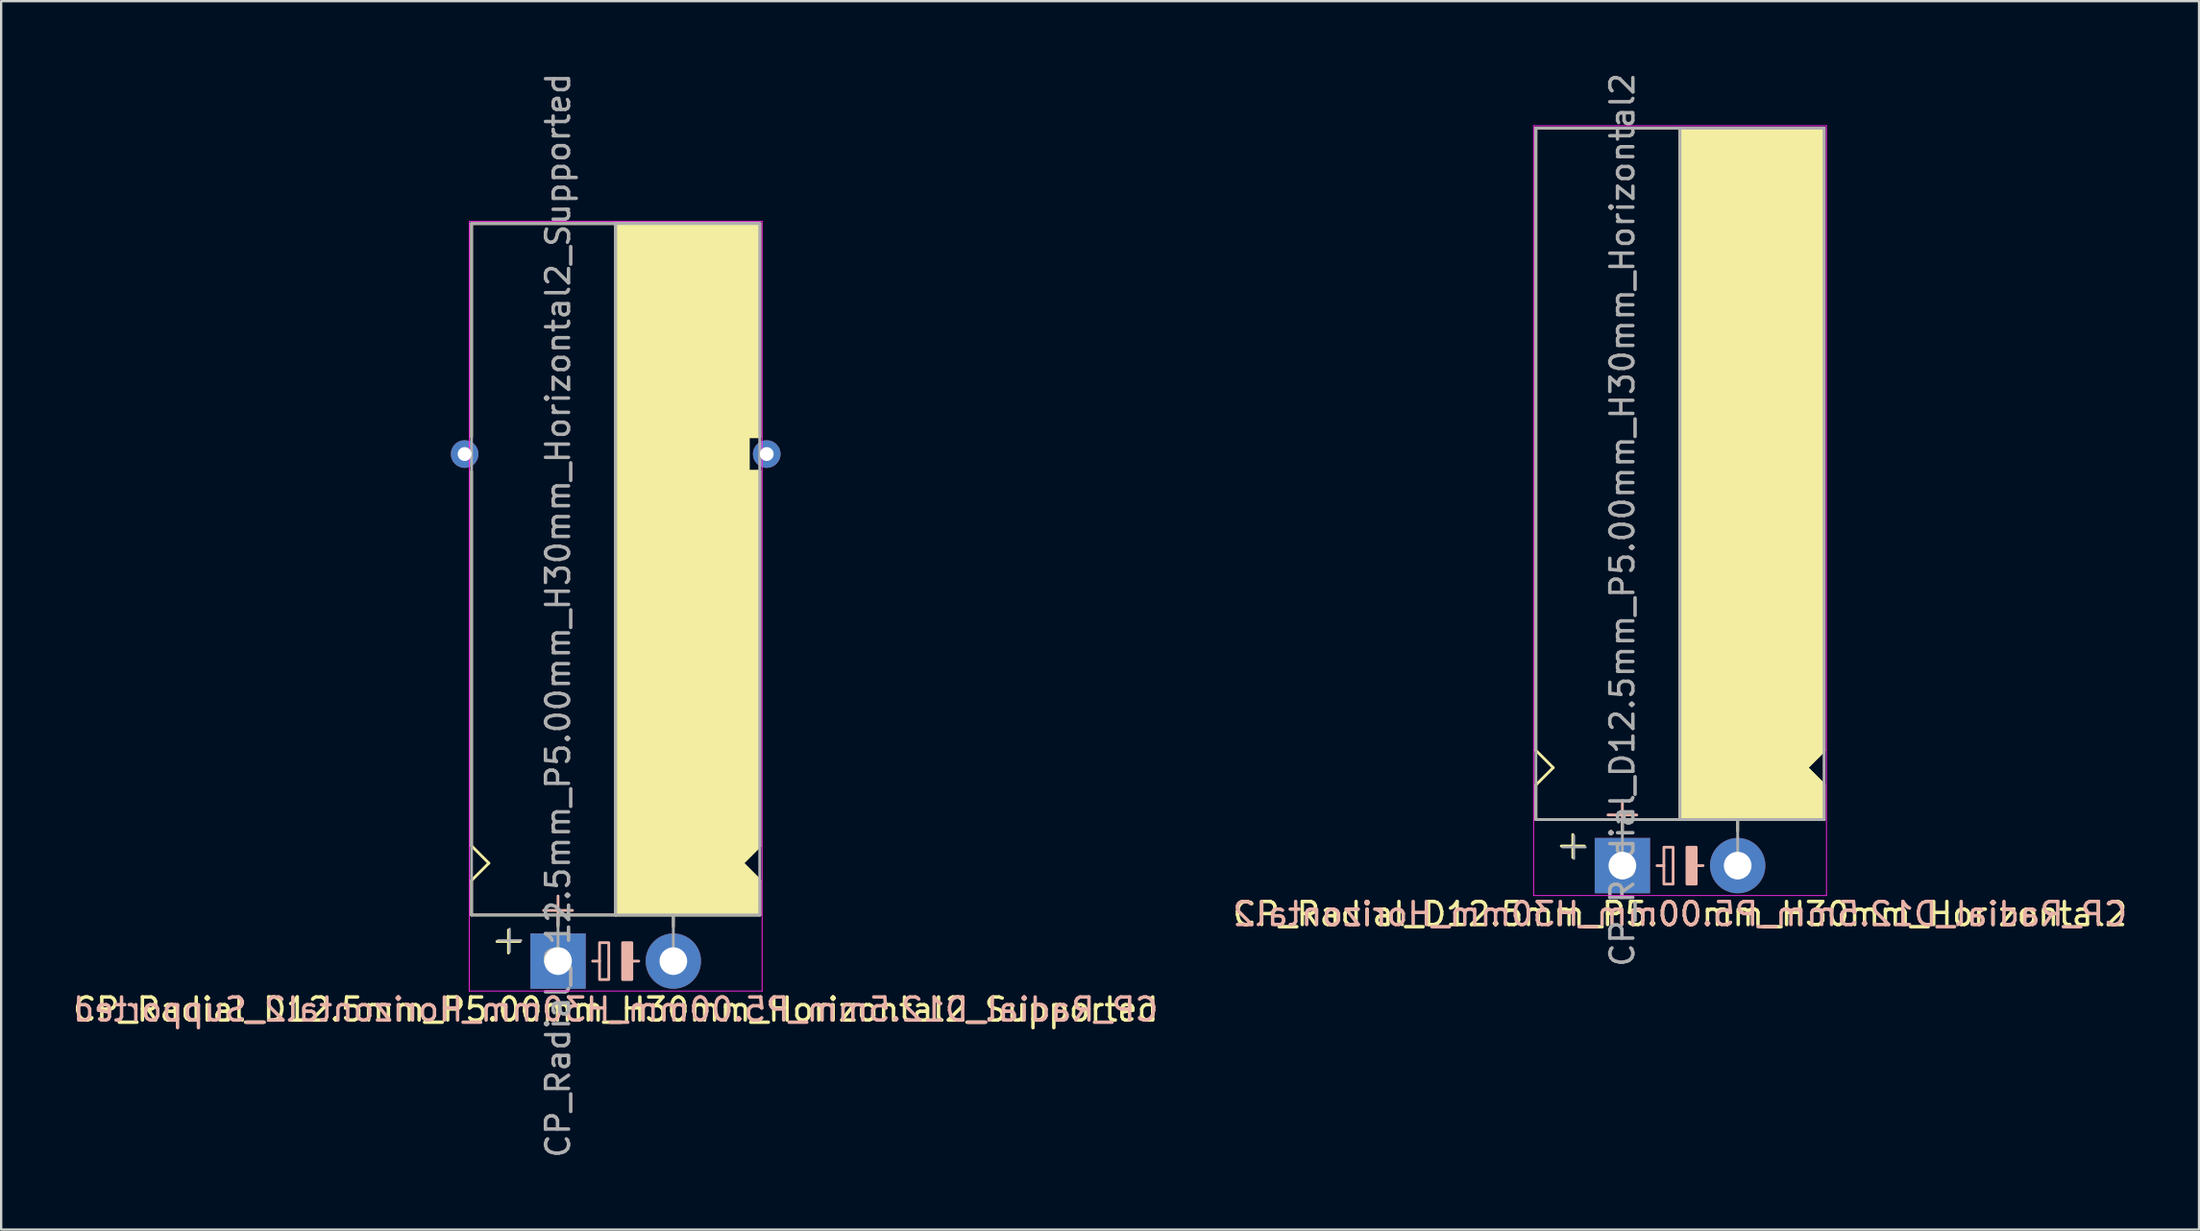
<source format=kicad_pcb>
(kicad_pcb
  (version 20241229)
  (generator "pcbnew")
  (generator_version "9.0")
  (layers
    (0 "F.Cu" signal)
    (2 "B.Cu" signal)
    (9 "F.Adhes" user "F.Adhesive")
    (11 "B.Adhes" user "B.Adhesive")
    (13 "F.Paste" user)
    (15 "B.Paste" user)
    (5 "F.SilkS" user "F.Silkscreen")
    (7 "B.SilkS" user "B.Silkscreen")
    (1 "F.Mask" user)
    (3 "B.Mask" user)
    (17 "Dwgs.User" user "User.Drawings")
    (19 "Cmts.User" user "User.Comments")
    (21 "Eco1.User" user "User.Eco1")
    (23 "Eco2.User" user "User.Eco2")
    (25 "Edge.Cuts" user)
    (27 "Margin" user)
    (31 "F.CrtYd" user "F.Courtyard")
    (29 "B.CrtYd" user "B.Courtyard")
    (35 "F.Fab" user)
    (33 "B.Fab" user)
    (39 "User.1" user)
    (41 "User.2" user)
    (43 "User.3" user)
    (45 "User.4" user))
  (footprint "CP_Radial_D12.5mm_P5.00mm_H30mm_Horizontal2_Supported"
    (layer "F.Cu")
    (at 21.149 38.649)
    (property "Reference" "CP_Radial_D12.5mm_P5.00mm_H30mm_Horizontal2_Supported" (at 2.5 2.1 180) (layer "F.SilkS") (effects (font (size 1 1) (thickness 0.15))))
    (fp_line (start -3.75 -32) (end -3.75 -22.75) (stroke (width 0.12) (type solid)) (layer "F.SilkS"))
    (fp_line (start -3.75 -5) (end -3.75 -21.25) (stroke (width 0.12) (type solid)) (layer "F.SilkS"))
    (fp_line (start -3.75 -3.5) (end -3 -4.25) (stroke (width 0.12) (type solid)) (layer "F.SilkS"))
    (fp_line (start -3.75 -2) (end -3.75 -3.5) (stroke (width 0.12) (type solid)) (layer "F.SilkS"))
    (fp_line (start -3 -4.25) (end -3.75 -5) (stroke (width 0.12) (type solid)) (layer "F.SilkS"))
    (fp_line (start -2.15 -1.35) (end -2.15 -0.35) (stroke (width 0.12) (type solid)) (layer "F.SilkS"))
    (fp_line (start -1.65 -0.85) (end -2.65 -0.85) (stroke (width 0.12) (type solid)) (layer "F.SilkS"))
    (fp_line (start 0 -1.5) (end 0 -2) (stroke (width 0.12) (type solid)) (layer "F.SilkS"))
    (fp_line (start 2.5 -2) (end -3.75 -2) (stroke (width 0.12) (type solid)) (layer "F.SilkS"))
    (fp_line (start 2.5 -2) (end 2.5 -32) (stroke (width 0.12) (type solid)) (layer "F.SilkS"))
    (fp_line (start 2.5 -2) (end 8.75 -2) (stroke (width 0.12) (type solid)) (layer "F.SilkS"))
    (fp_line (start 5 -1.5) (end 5 -2) (stroke (width 0.12) (type solid)) (layer "F.SilkS"))
    (fp_line (start 8 -4.25) (end 8.75 -5) (stroke (width 0.12) (type solid)) (layer "F.SilkS"))
    (fp_line (start 8.25 -22.75) (end 8.25 -21.25) (stroke (width 0.12) (type solid)) (layer "F.SilkS"))
    (fp_line (start 8.25 -21.25) (end 8.75 -21.25) (stroke (width 0.12) (type solid)) (layer "F.SilkS"))
    (fp_line (start 8.75 -32) (end -3.75 -32) (stroke (width 0.12) (type solid)) (layer "F.SilkS"))
    (fp_line (start 8.75 -32) (end 8.75 -22.75) (stroke (width 0.12) (type solid)) (layer "F.SilkS"))
    (fp_line (start 8.75 -22.75) (end 8.25 -22.75) (stroke (width 0.12) (type solid)) (layer "F.SilkS"))
    (fp_line (start 8.75 -5) (end 8.75 -21.25) (stroke (width 0.12) (type solid)) (layer "F.SilkS"))
    (fp_line (start 8.75 -3.5) (end 8 -4.25) (stroke (width 0.12) (type solid)) (layer "F.SilkS"))
    (fp_line (start 8.75 -2) (end 8.75 -3.5) (stroke (width 0.12) (type solid)) (layer "F.SilkS"))
    (fp_poly (pts (xy 8.75 -3.5) (xy 8 -4.25) (xy 8.75 -5) (xy 8.75 -21.25) (xy 8.25 -21.25) (xy 8.25 -22.75) (xy 8.75 -22.75) (xy 8.75 -32) (xy 2.5 -32) (xy 2.5 -2) (xy 8.75 -2)) (stroke (width 0.1) (type solid)) (fill yes) (layer "F.SilkS"))
    (fp_line (start 0 -2.825) (end 0 -1.575) (stroke (width 0.12) (type solid)) (layer "B.SilkS"))
    (fp_line (start 0.625 -2.2) (end -0.625 -2.2) (stroke (width 0.12) (type solid)) (layer "B.SilkS"))
    (fp_line (start 1.8 0) (end 1.5 0) (stroke (width 0.12) (type solid)) (layer "B.SilkS"))
    (fp_line (start 3.5 0) (end 3.2 0) (stroke (width 0.12) (type solid)) (layer "B.SilkS"))
    (fp_rect (start 2.2 -0.8) (end 1.8 0.8) (stroke (width 0.12) (type solid)) (fill no) (layer "B.SilkS"))
    (fp_rect (start 3.2 -0.8) (end 2.8 0.8) (stroke (width 0.12) (type solid)) (fill yes) (layer "B.SilkS"))
    (fp_line (start -3.85 -32.1) (end -3.85 1.3) (stroke (width 0.04) (type solid)) (layer "F.CrtYd"))
    (fp_line (start 8.85 -32.1) (end -3.85 -32.1) (stroke (width 0.04) (type solid)) (layer "F.CrtYd"))
    (fp_line (start 8.85 1.3) (end -3.85 1.3) (stroke (width 0.04) (type solid)) (layer "F.CrtYd"))
    (fp_line (start 8.85 1.3) (end 8.85 -32.1) (stroke (width 0.04) (type solid)) (layer "F.CrtYd"))
    (fp_line (start -3.75 -32) (end 8.75 -32) (stroke (width 0.12) (type solid)) (layer "F.Fab"))
    (fp_line (start -3.75 -2) (end -3.75 -32) (stroke (width 0.12) (type solid)) (layer "F.Fab"))
    (fp_line (start -2.6 -0.9) (end -1.6 -0.9) (stroke (width 0.1) (type solid)) (layer "F.Fab"))
    (fp_line (start -2.1 -0.4) (end -2.1 -1.4) (stroke (width 0.1) (type solid)) (layer "F.Fab"))
    (fp_line (start 0 -2) (end -3.75 -2) (stroke (width 0.12) (type solid)) (layer "F.Fab"))
    (fp_line (start 0 0) (end 0 -2) (stroke (width 0.12) (type solid)) (layer "F.Fab"))
    (fp_line (start 2.5 -2) (end 2.5 -32) (stroke (width 0.12) (type solid)) (layer "F.Fab"))
    (fp_line (start 5 -2) (end 5 0) (stroke (width 0.12) (type solid)) (layer "F.Fab"))
    (fp_line (start 8.75 -32) (end 8.75 -2) (stroke (width 0.12) (type solid)) (layer "F.Fab"))
    (fp_line (start 8.75 -2) (end 0 -2) (stroke (width 0.12) (type solid)) (layer "F.Fab"))
    (fp_poly (pts (xy 8.75 -32) (xy 2.5 -32) (xy 2.5 -2) (xy 8.75 -2)) (stroke (width 0.1) (type solid)) (fill no) (layer "F.Fab"))
    (fp_text user "${REFERENCE}" (at 2.5 2.1 0) (layer "B.SilkS") (effects (font (size 1 1) (thickness 0.15)) (justify mirror)))
    (fp_text user "${REFERENCE}" (at 0 -15 90) (layer "F.Fab") (effects (font (size 1 1) (thickness 0.15))))
    (pad "1" thru_hole rect (at 0 0) (size 2.4 2.4) (drill 1.2) (layers "*.Cu" "*.Mask"))
    (pad "2" thru_hole circle (at 5 0) (size 2.4 2.4) (drill 1.2) (layers "*.Cu" "*.Mask"))
    (pad "~" thru_hole circle (at -4.05 -22 180) (size 1.2 1.2) (drill 0.6) (layers "*.Cu" "*.Mask"))
    (pad "~" thru_hole circle (at 9.05 -22 180) (size 1.2 1.2) (drill 0.6) (layers "*.Cu" "*.Mask")))
  (footprint "CP_Radial_D12.5mm_P5.00mm_H30mm_Horizontal2"
    (layer "F.Cu")
    (at 67.304 34.506)
    (property "Reference" "CP_Radial_D12.5mm_P5.00mm_H30mm_Horizontal2" (at 2.5 2.1 180) (layer "F.SilkS") (effects (font (size 1 1) (thickness 0.15))))
    (fp_line (start -3.75 -5) (end -3.75 -32) (stroke (width 0.12) (type solid)) (layer "F.SilkS"))
    (fp_line (start -3.75 -3.5) (end -3 -4.25) (stroke (width 0.12) (type solid)) (layer "F.SilkS"))
    (fp_line (start -3.75 -2) (end -3.75 -3.5) (stroke (width 0.12) (type solid)) (layer "F.SilkS"))
    (fp_line (start -3 -4.25) (end -3.75 -5) (stroke (width 0.12) (type solid)) (layer "F.SilkS"))
    (fp_line (start -2.15 -1.35) (end -2.15 -0.35) (stroke (width 0.12) (type solid)) (layer "F.SilkS"))
    (fp_line (start -1.65 -0.85) (end -2.65 -0.85) (stroke (width 0.12) (type solid)) (layer "F.SilkS"))
    (fp_line (start 0 -1.5) (end 0 -2) (stroke (width 0.12) (type solid)) (layer "F.SilkS"))
    (fp_line (start 2.5 -2) (end -3.75 -2) (stroke (width 0.12) (type solid)) (layer "F.SilkS"))
    (fp_line (start 2.5 -2) (end 2.5 -32) (stroke (width 0.12) (type solid)) (layer "F.SilkS"))
    (fp_line (start 2.5 -2) (end 8.75 -2) (stroke (width 0.12) (type solid)) (layer "F.SilkS"))
    (fp_line (start 5 -1.5) (end 5 -2) (stroke (width 0.12) (type solid)) (layer "F.SilkS"))
    (fp_line (start 8 -4.25) (end 8.75 -5) (stroke (width 0.12) (type solid)) (layer "F.SilkS"))
    (fp_line (start 8.75 -32) (end -3.75 -32) (stroke (width 0.12) (type solid)) (layer "F.SilkS"))
    (fp_line (start 8.75 -5) (end 8.75 -32) (stroke (width 0.12) (type solid)) (layer "F.SilkS"))
    (fp_line (start 8.75 -3.5) (end 8 -4.25) (stroke (width 0.12) (type solid)) (layer "F.SilkS"))
    (fp_line (start 8.75 -2) (end 8.75 -3.5) (stroke (width 0.12) (type solid)) (layer "F.SilkS"))
    (fp_poly (pts (xy 8.75 -3.5) (xy 8 -4.25) (xy 8.75 -5) (xy 8.75 -32) (xy 2.5 -32) (xy 2.5 -2) (xy 8.75 -2)) (stroke (width 0.1) (type solid)) (fill yes) (layer "F.SilkS"))
    (fp_line (start 0 -2.825) (end 0 -1.575) (stroke (width 0.12) (type solid)) (layer "B.SilkS"))
    (fp_line (start 0.625 -2.2) (end -0.625 -2.2) (stroke (width 0.12) (type solid)) (layer "B.SilkS"))
    (fp_line (start 1.8 0) (end 1.5 0) (stroke (width 0.12) (type solid)) (layer "B.SilkS"))
    (fp_line (start 3.5 0) (end 3.2 0) (stroke (width 0.12) (type solid)) (layer "B.SilkS"))
    (fp_rect (start 2.2 -0.8) (end 1.8 0.8) (stroke (width 0.12) (type solid)) (fill no) (layer "B.SilkS"))
    (fp_rect (start 3.2 -0.8) (end 2.8 0.8) (stroke (width 0.12) (type solid)) (fill yes) (layer "B.SilkS"))
    (fp_line (start -3.85 -32.1) (end -3.85 1.3) (stroke (width 0.04) (type solid)) (layer "F.CrtYd"))
    (fp_line (start 8.85 -32.1) (end -3.85 -32.1) (stroke (width 0.04) (type solid)) (layer "F.CrtYd"))
    (fp_line (start 8.85 1.3) (end -3.85 1.3) (stroke (width 0.04) (type solid)) (layer "F.CrtYd"))
    (fp_line (start 8.85 1.3) (end 8.85 -32.1) (stroke (width 0.04) (type solid)) (layer "F.CrtYd"))
    (fp_line (start -3.75 -32) (end 8.75 -32) (stroke (width 0.12) (type solid)) (layer "F.Fab"))
    (fp_line (start -3.75 -2) (end -3.75 -32) (stroke (width 0.12) (type solid)) (layer "F.Fab"))
    (fp_line (start -2.6 -0.8) (end -1.6 -0.8) (stroke (width 0.1) (type solid)) (layer "F.Fab"))
    (fp_line (start -2.1 -0.3) (end -2.1 -1.3) (stroke (width 0.1) (type solid)) (layer "F.Fab"))
    (fp_line (start 0 -2) (end -3.75 -2) (stroke (width 0.12) (type solid)) (layer "F.Fab"))
    (fp_line (start 0 0) (end 0 -2) (stroke (width 0.12) (type solid)) (layer "F.Fab"))
    (fp_line (start 2.5 -2) (end 2.5 -32) (stroke (width 0.12) (type solid)) (layer "F.Fab"))
    (fp_line (start 5 -2) (end 5 0) (stroke (width 0.12) (type solid)) (layer "F.Fab"))
    (fp_line (start 8.75 -32) (end 8.75 -2) (stroke (width 0.12) (type solid)) (layer "F.Fab"))
    (fp_line (start 8.75 -2) (end 0 -2) (stroke (width 0.12) (type solid)) (layer "F.Fab"))
    (fp_poly (pts (xy 8.75 -32) (xy 2.5 -32) (xy 2.5 -2) (xy 8.75 -2)) (stroke (width 0.1) (type solid)) (fill no) (layer "F.Fab"))
    (fp_text user "${REFERENCE}" (at 2.5 2.1 0) (layer "B.SilkS") (effects (font (size 1 1) (thickness 0.15)) (justify mirror)))
    (fp_text user "${REFERENCE}" (at 0 -15 90) (layer "F.Fab") (effects (font (size 1 1) (thickness 0.15))))
    (pad "1" thru_hole rect (at 0 0) (size 2.4 2.4) (drill 1.2) (layers "*.Cu" "*.Mask"))
    (pad "2" thru_hole circle (at 5 0) (size 2.4 2.4) (drill 1.2) (layers "*.Cu" "*.Mask")))
  (gr_rect
    (start -3 -3)
    (end 92.31 50.298)
    (stroke (width 0.1) (type default))
    (fill no)
    (layer "Edge.Cuts")))
</source>
